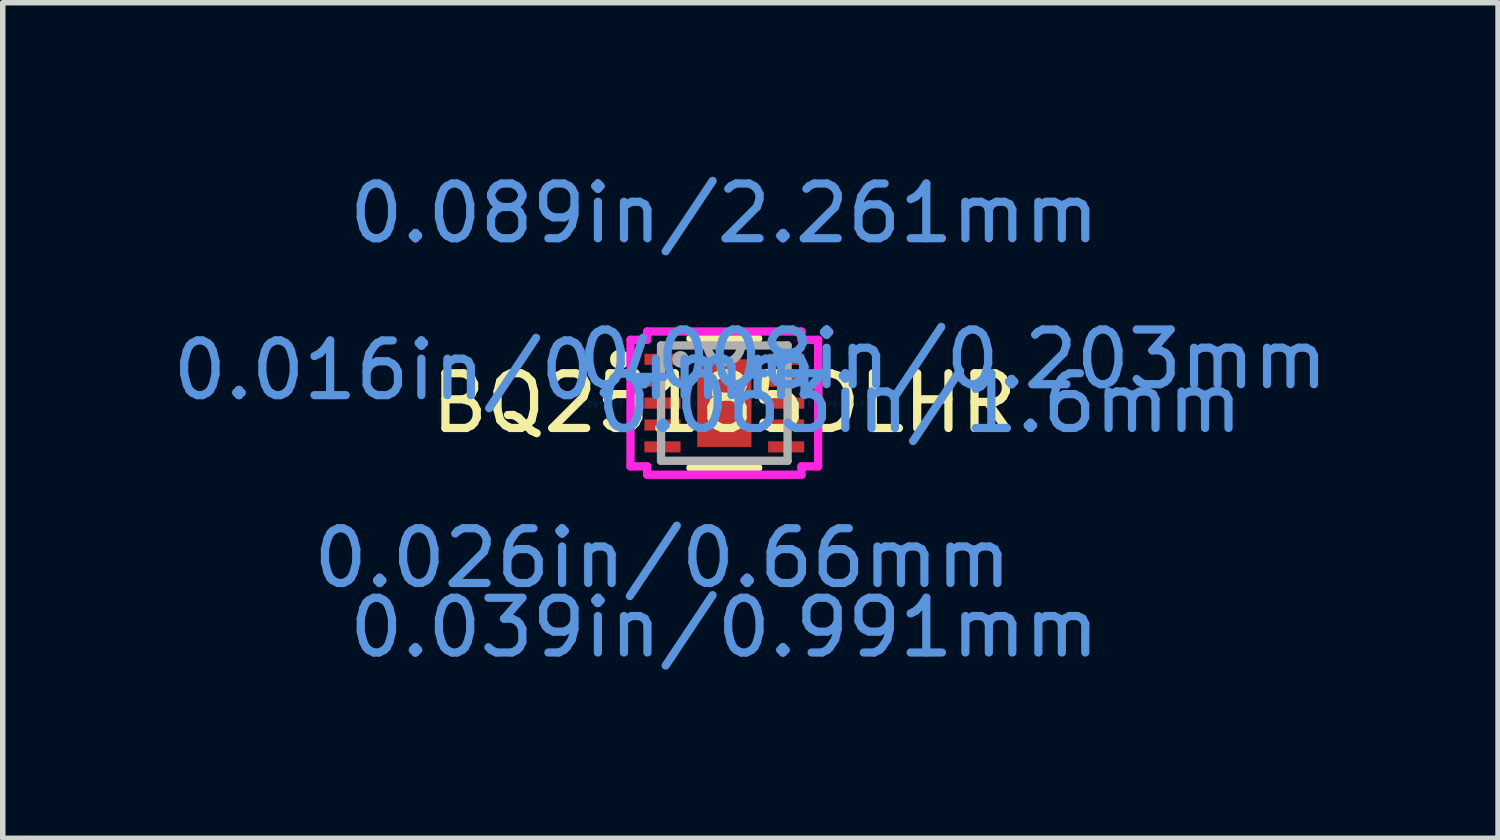
<source format=kicad_pcb>
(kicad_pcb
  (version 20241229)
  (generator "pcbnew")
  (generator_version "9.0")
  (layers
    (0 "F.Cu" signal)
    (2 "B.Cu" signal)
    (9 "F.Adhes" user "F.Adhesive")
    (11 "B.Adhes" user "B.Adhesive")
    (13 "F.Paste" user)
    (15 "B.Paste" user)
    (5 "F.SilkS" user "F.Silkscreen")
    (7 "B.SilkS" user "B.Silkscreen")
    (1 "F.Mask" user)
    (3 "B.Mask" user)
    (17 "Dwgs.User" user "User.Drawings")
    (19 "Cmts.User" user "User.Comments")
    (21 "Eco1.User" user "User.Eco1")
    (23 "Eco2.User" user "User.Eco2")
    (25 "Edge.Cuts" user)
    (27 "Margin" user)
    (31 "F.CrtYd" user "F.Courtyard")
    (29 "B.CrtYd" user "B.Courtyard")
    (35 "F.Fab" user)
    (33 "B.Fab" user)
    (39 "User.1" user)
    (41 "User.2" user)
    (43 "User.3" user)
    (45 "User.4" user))
  (footprint "BQ25185DLHR"
    (layer "F.Cu")
    (at 10.184 4.315)
    (property "Reference" "BQ25185DLHR" (at 0 0 0) (layer "F.SilkS") (effects (font (size 1 1) (thickness 0.15))))
    (attr through_hole)
    (fp_line (start -0.619 1.181) (end 0.619 1.181) (stroke (width 0.152) (type solid)) (layer "F.SilkS"))
    (fp_line (start 0.619 -1.181) (end -0.619 -1.181) (stroke (width 0.152) (type solid)) (layer "F.SilkS"))
    (fp_circle (center -1.911 -0.8) (end -1.81 -0.8) (stroke (width 0.152) (type solid)) (fill no) (layer "F.SilkS"))
    (fp_line (start -1.714 -1.156) (end -1.41 -1.156) (stroke (width 0.152) (type solid)) (layer "F.CrtYd"))
    (fp_line (start -1.714 1.156) (end -1.714 -1.156) (stroke (width 0.152) (type solid)) (layer "F.CrtYd"))
    (fp_line (start -1.714 1.156) (end -1.41 1.156) (stroke (width 0.152) (type solid)) (layer "F.CrtYd"))
    (fp_line (start -1.41 -1.308) (end 1.41 -1.308) (stroke (width 0.152) (type solid)) (layer "F.CrtYd"))
    (fp_line (start -1.41 -1.156) (end -1.41 -1.308) (stroke (width 0.152) (type solid)) (layer "F.CrtYd"))
    (fp_line (start -1.41 1.308) (end -1.41 1.156) (stroke (width 0.152) (type solid)) (layer "F.CrtYd"))
    (fp_line (start 1.41 -1.308) (end 1.41 -1.156) (stroke (width 0.152) (type solid)) (layer "F.CrtYd"))
    (fp_line (start 1.41 1.156) (end 1.41 1.308) (stroke (width 0.152) (type solid)) (layer "F.CrtYd"))
    (fp_line (start 1.41 1.308) (end -1.41 1.308) (stroke (width 0.152) (type solid)) (layer "F.CrtYd"))
    (fp_line (start 1.714 -1.156) (end 1.41 -1.156) (stroke (width 0.152) (type solid)) (layer "F.CrtYd"))
    (fp_line (start 1.714 -1.156) (end 1.714 1.156) (stroke (width 0.152) (type solid)) (layer "F.CrtYd"))
    (fp_line (start 1.714 1.156) (end 1.41 1.156) (stroke (width 0.152) (type solid)) (layer "F.CrtYd"))
    (fp_line (start -1.156 -1.054) (end -1.156 1.054) (stroke (width 0.152) (type solid)) (layer "F.Fab"))
    (fp_line (start -1.156 1.054) (end 1.156 1.054) (stroke (width 0.152) (type solid)) (layer "F.Fab"))
    (fp_line (start 1.156 -1.054) (end -1.156 -1.054) (stroke (width 0.152) (type solid)) (layer "F.Fab"))
    (fp_line (start 1.156 1.054) (end 1.156 -1.054) (stroke (width 0.152) (type solid)) (layer "F.Fab"))
    (fp_arc (start 0.3048 -1.0541) (mid 0 -0.7493) (end -0.3048 -1.0541) (stroke (width 0.1524) (type solid)) (layer "F.Fab"))
    (fp_circle (center -0.8 -0.8) (end -0.724 -0.8) (stroke (width 0.152) (type solid)) (fill no) (layer "F.Fab"))
    (fp_text user "0.016in/0.4mm" (at -4.178 -0.6 0) (layer "Cmts.User") (effects (font (size 1 1) (thickness 0.15))))
    (fp_text user "0.026in/0.66mm" (at -1.13 2.832 0) (layer "Cmts.User") (effects (font (size 1 1) (thickness 0.15))))
    (fp_text user "Copyright 2016 Accelerated Designs. All rights reserved." (at 0 0 0) (layer "Cmts.User") (effects (font (size 0.127 0.127) (thickness 0.002))))
    (fp_text user "0.039in/0.991mm" (at 0 4.102 0) (layer "Cmts.User") (effects (font (size 1 1) (thickness 0.15))))
    (fp_text user "0.063in/1.6mm" (at 3.569 0 0) (layer "Cmts.User") (effects (font (size 1 1) (thickness 0.15))))
    (fp_text user "0.089in/2.261mm" (at 0 -3.467 0) (layer "Cmts.User") (effects (font (size 1 1) (thickness 0.15))))
    (fp_text user "0.008in/0.203mm" (at 4.178 -0.8 0) (layer "Cmts.User") (effects (font (size 1 1) (thickness 0.15))))
    (pad "1" smd rect (at -1.13 -0.8) (size 0.66 0.203) (layers "F.Cu" "F.Mask" "F.Paste"))
    (pad "2" smd rect (at -1.13 -0.4) (size 0.66 0.203) (layers "F.Cu" "F.Mask" "F.Paste"))
    (pad "3" smd rect (at -1.13 0) (size 0.66 0.203) (layers "F.Cu" "F.Mask" "F.Paste"))
    (pad "4" smd rect (at -1.13 0.4) (size 0.66 0.203) (layers "F.Cu" "F.Mask" "F.Paste"))
    (pad "5" smd rect (at -1.13 0.8) (size 0.66 0.203) (layers "F.Cu" "F.Mask" "F.Paste"))
    (pad "6" smd rect (at 1.13 0.8) (size 0.66 0.203) (layers "F.Cu" "F.Mask" "F.Paste"))
    (pad "7" smd rect (at 1.13 0.4) (size 0.66 0.203) (layers "F.Cu" "F.Mask" "F.Paste"))
    (pad "8" smd rect (at 1.13 0) (size 0.66 0.203) (layers "F.Cu" "F.Mask" "F.Paste"))
    (pad "9" smd rect (at 1.13 -0.4) (size 0.66 0.203) (layers "F.Cu" "F.Mask" "F.Paste"))
    (pad "10" smd rect (at 1.13 -0.8) (size 0.66 0.203) (layers "F.Cu" "F.Mask" "F.Paste"))
    (pad "11" smd rect (at 0 0) (size 0.991 1.6) (layers "F.Cu" "F.Mask" "F.Paste")))
  (gr_rect
    (start -3 -3)
    (end 24.321 12.266)
    (stroke (width 0.1) (type default))
    (fill no)
    (layer "Edge.Cuts")))
</source>
